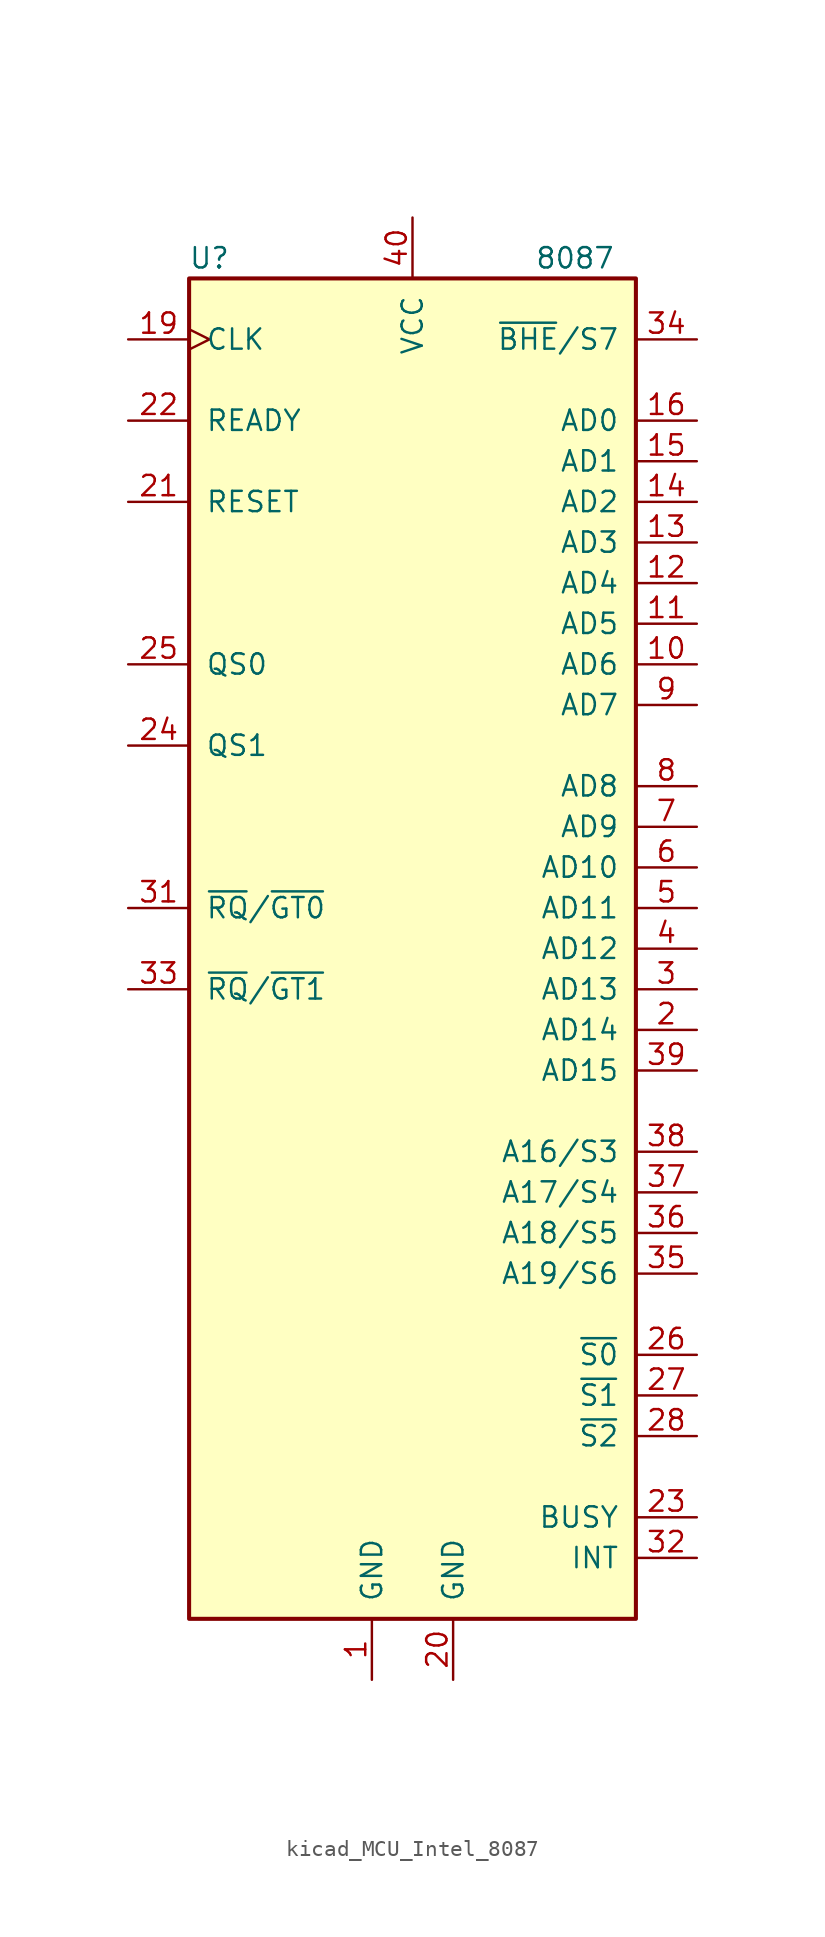
<source format=kicad_sym>
(kicad_symbol_lib
  (version 20220914)
  (generator kicad_symbol_editor)
  (symbol "kicad_MCU_Intel_8087"
    (pin_names
      (offset 1.016))
    (property "Reference" "U"
      (at -12.7 43.18 0)
      (effects (font (size 1.27 1.27))))
    (property "Value" "8087"
      (at 10.16 43.18 0)
      (effects (font (size 1.27 1.27))))
    (symbol "kicad_MCU_Intel_8087_0_1"
      (rectangle (start 13.97 -41.91) (end -13.97 41.91) (stroke (width 0.254) (type default)) (fill (type background))))
    (symbol "kicad_MCU_Intel_8087_1_1"
      (pin power_in line (at -2.54 -45.72 90) (length 3.81) (name "GND" (effects (font (size 1.27 1.27)))) (number "1" (effects (font (size 1.27 1.27)))))
      (pin bidirectional line (at 17.78 17.78 180) (length 3.81) (name "AD6" (effects (font (size 1.27 1.27)))) (number "10" (effects (font (size 1.27 1.27)))))
      (pin bidirectional line (at 17.78 20.32 180) (length 3.81) (name "AD5" (effects (font (size 1.27 1.27)))) (number "11" (effects (font (size 1.27 1.27)))))
      (pin bidirectional line (at 17.78 22.86 180) (length 3.81) (name "AD4" (effects (font (size 1.27 1.27)))) (number "12" (effects (font (size 1.27 1.27)))))
      (pin bidirectional line (at 17.78 25.4 180) (length 3.81) (name "AD3" (effects (font (size 1.27 1.27)))) (number "13" (effects (font (size 1.27 1.27)))))
      (pin bidirectional line (at 17.78 27.94 180) (length 3.81) (name "AD2" (effects (font (size 1.27 1.27)))) (number "14" (effects (font (size 1.27 1.27)))))
      (pin bidirectional line (at 17.78 30.48 180) (length 3.81) (name "AD1" (effects (font (size 1.27 1.27)))) (number "15" (effects (font (size 1.27 1.27)))))
      (pin bidirectional line (at 17.78 33.02 180) (length 3.81) (name "AD0" (effects (font (size 1.27 1.27)))) (number "16" (effects (font (size 1.27 1.27)))))
      (pin no_connect line (at -13.97 -30.48 0) (length 3.81) hide (name "NC" (effects (font (size 1.27 1.27)))) (number "17" (effects (font (size 1.27 1.27)))))
      (pin no_connect line (at -13.97 -33.02 0) (length 3.81) hide (name "NC" (effects (font (size 1.27 1.27)))) (number "18" (effects (font (size 1.27 1.27)))))
      (pin input clock (at -17.78 38.1 0) (length 3.81) (name "CLK" (effects (font (size 1.27 1.27)))) (number "19" (effects (font (size 1.27 1.27)))))
      (pin bidirectional line (at 17.78 -5.08 180) (length 3.81) (name "AD14" (effects (font (size 1.27 1.27)))) (number "2" (effects (font (size 1.27 1.27)))))
      (pin power_in line (at 2.54 -45.72 90) (length 3.81) (name "GND" (effects (font (size 1.27 1.27)))) (number "20" (effects (font (size 1.27 1.27)))))
      (pin input line (at -17.78 27.94 0) (length 3.81) (name "RESET" (effects (font (size 1.27 1.27)))) (number "21" (effects (font (size 1.27 1.27)))))
      (pin input line (at -17.78 33.02 0) (length 3.81) (name "READY" (effects (font (size 1.27 1.27)))) (number "22" (effects (font (size 1.27 1.27)))))
      (pin output line (at 17.78 -35.56 180) (length 3.81) (name "BUSY" (effects (font (size 1.27 1.27)))) (number "23" (effects (font (size 1.27 1.27)))))
      (pin input line (at -17.78 12.7 0) (length 3.81) (name "QS1" (effects (font (size 1.27 1.27)))) (number "24" (effects (font (size 1.27 1.27)))))
      (pin input line (at -17.78 17.78 0) (length 3.81) (name "QS0" (effects (font (size 1.27 1.27)))) (number "25" (effects (font (size 1.27 1.27)))))
      (pin bidirectional line (at 17.78 -25.4 180) (length 3.81) (name "~{S0}" (effects (font (size 1.27 1.27)))) (number "26" (effects (font (size 1.27 1.27)))))
      (pin bidirectional line (at 17.78 -27.94 180) (length 3.81) (name "~{S1}" (effects (font (size 1.27 1.27)))) (number "27" (effects (font (size 1.27 1.27)))))
      (pin bidirectional line (at 17.78 -30.48 180) (length 3.81) (name "~{S2}" (effects (font (size 1.27 1.27)))) (number "28" (effects (font (size 1.27 1.27)))))
      (pin no_connect line (at -13.97 -35.56 0) (length 3.81) hide (name "NC" (effects (font (size 1.27 1.27)))) (number "29" (effects (font (size 1.27 1.27)))))
      (pin bidirectional line (at 17.78 -2.54 180) (length 3.81) (name "AD13" (effects (font (size 1.27 1.27)))) (number "3" (effects (font (size 1.27 1.27)))))
      (pin no_connect line (at -13.97 -38.1 0) (length 3.81) hide (name "NC" (effects (font (size 1.27 1.27)))) (number "30" (effects (font (size 1.27 1.27)))))
      (pin bidirectional line (at -17.78 2.54 0) (length 3.81) (name "~{RQ}/~{GT0}" (effects (font (size 1.27 1.27)))) (number "31" (effects (font (size 1.27 1.27)))))
      (pin output line (at 17.78 -38.1 180) (length 3.81) (name "INT" (effects (font (size 1.27 1.27)))) (number "32" (effects (font (size 1.27 1.27)))))
      (pin bidirectional line (at -17.78 -2.54 0) (length 3.81) (name "~{RQ}/~{GT1}" (effects (font (size 1.27 1.27)))) (number "33" (effects (font (size 1.27 1.27)))))
      (pin bidirectional line (at 17.78 38.1 180) (length 3.81) (name "~{BHE}/S7" (effects (font (size 1.27 1.27)))) (number "34" (effects (font (size 1.27 1.27)))))
      (pin bidirectional line (at 17.78 -20.32 180) (length 3.81) (name "A19/S6" (effects (font (size 1.27 1.27)))) (number "35" (effects (font (size 1.27 1.27)))))
      (pin bidirectional line (at 17.78 -17.78 180) (length 3.81) (name "A18/S5" (effects (font (size 1.27 1.27)))) (number "36" (effects (font (size 1.27 1.27)))))
      (pin bidirectional line (at 17.78 -15.24 180) (length 3.81) (name "A17/S4" (effects (font (size 1.27 1.27)))) (number "37" (effects (font (size 1.27 1.27)))))
      (pin bidirectional line (at 17.78 -12.7 180) (length 3.81) (name "A16/S3" (effects (font (size 1.27 1.27)))) (number "38" (effects (font (size 1.27 1.27)))))
      (pin bidirectional line (at 17.78 -7.62 180) (length 3.81) (name "AD15" (effects (font (size 1.27 1.27)))) (number "39" (effects (font (size 1.27 1.27)))))
      (pin bidirectional line (at 17.78 0 180) (length 3.81) (name "AD12" (effects (font (size 1.27 1.27)))) (number "4" (effects (font (size 1.27 1.27)))))
      (pin power_in line (at 0 45.72 270) (length 3.81) (name "VCC" (effects (font (size 1.27 1.27)))) (number "40" (effects (font (size 1.27 1.27)))))
      (pin bidirectional line (at 17.78 2.54 180) (length 3.81) (name "AD11" (effects (font (size 1.27 1.27)))) (number "5" (effects (font (size 1.27 1.27)))))
      (pin bidirectional line (at 17.78 5.08 180) (length 3.81) (name "AD10" (effects (font (size 1.27 1.27)))) (number "6" (effects (font (size 1.27 1.27)))))
      (pin bidirectional line (at 17.78 7.62 180) (length 3.81) (name "AD9" (effects (font (size 1.27 1.27)))) (number "7" (effects (font (size 1.27 1.27)))))
      (pin bidirectional line (at 17.78 10.16 180) (length 3.81) (name "AD8" (effects (font (size 1.27 1.27)))) (number "8" (effects (font (size 1.27 1.27)))))
      (pin bidirectional line (at 17.78 15.24 180) (length 3.81) (name "AD7" (effects (font (size 1.27 1.27)))) (number "9" (effects (font (size 1.27 1.27))))))))
</source>
